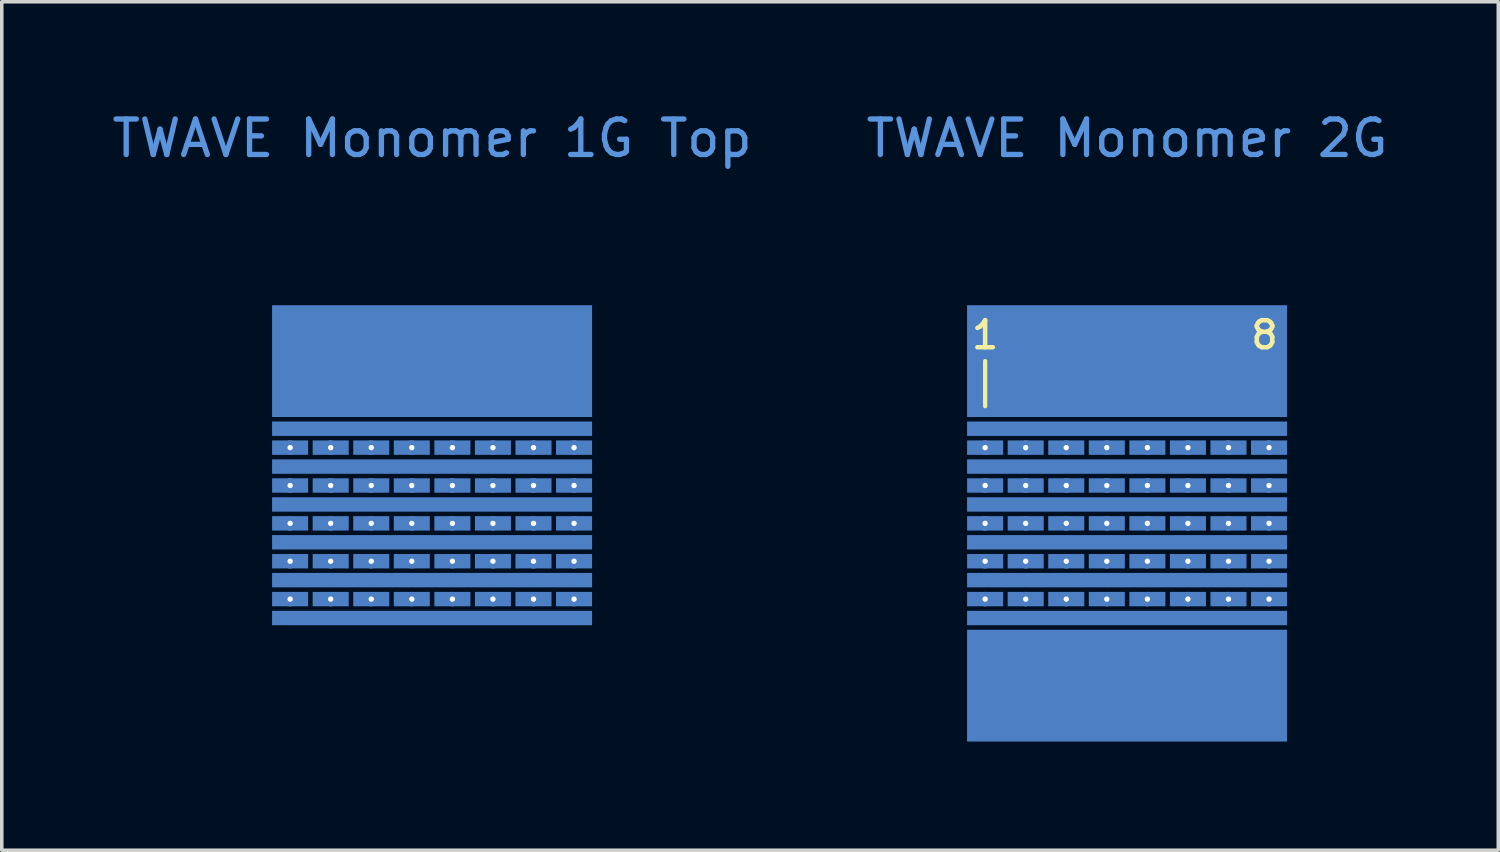
<source format=kicad_pcb>
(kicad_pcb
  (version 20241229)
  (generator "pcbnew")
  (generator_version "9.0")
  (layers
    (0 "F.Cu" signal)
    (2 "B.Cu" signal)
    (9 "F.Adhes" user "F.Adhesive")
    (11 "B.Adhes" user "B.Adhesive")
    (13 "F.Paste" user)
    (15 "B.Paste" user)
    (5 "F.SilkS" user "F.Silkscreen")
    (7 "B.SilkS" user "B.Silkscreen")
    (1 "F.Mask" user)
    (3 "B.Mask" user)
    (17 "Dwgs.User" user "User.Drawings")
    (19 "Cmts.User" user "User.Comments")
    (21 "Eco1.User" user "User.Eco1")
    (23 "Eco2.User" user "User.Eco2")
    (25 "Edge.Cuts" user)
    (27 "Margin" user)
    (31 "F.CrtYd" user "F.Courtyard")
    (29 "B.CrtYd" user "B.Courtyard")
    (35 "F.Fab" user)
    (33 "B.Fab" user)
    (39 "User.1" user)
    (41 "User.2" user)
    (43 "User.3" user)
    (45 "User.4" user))
  (footprint "TWAVE Monomer 2G"
    (layer "F.Cu")
    (at 28.708 11.697)
    (property "Reference" "TWAVE Monomer 2G" (at 0 -10.849 0) (unlocked yes) (layer "Cmts.User") (effects (font (size 1 1) (thickness 0.15))))
    (attr through_hole)
    (fp_rect (start -4.559 -6.198) (end 4.559 6.198) (stroke (width 0.025) (type solid)) (fill yes) (layer "B.Mask"))
    (fp_line (start -4 -3.302) (end -4 -4.572) (stroke (width 0.12) (type solid)) (layer "F.SilkS"))
    (fp_text user "1" (at -4 -5.309 0) (unlocked yes) (layer "F.SilkS") (effects (font (size 0.762 0.762) (thickness 0.127))))
    (fp_text user "8" (at 3.873 -5.309 0) (unlocked yes) (layer "F.SilkS") (effects (font (size 0.762 0.762) (thickness 0.127))))
    (pad "1" thru_hole circle (at -4 -2.134) (size 0.406 0.406) (drill 0.152) (layers "*.Cu" "*.Mask"))
    (pad "1" smd rect (at -4 -2.134) (size 1.016 0.406) (property pad_prop_testpoint) (layers "B.Cu"))
    (pad "1" thru_hole circle (at -4 -1.067) (size 0.406 0.406) (drill 0.152) (layers "*.Cu" "*.Mask"))
    (pad "1" smd rect (at -4 -1.067) (size 1.016 0.406) (property pad_prop_testpoint) (layers "B.Cu"))
    (pad "1" thru_hole circle (at -4 0) (size 0.406 0.406) (drill 0.152) (layers "*.Cu" "*.Mask"))
    (pad "1" smd rect (at -4 0) (size 1.016 0.406) (property pad_prop_testpoint) (layers "B.Cu"))
    (pad "1" thru_hole circle (at -4 1.067) (size 0.406 0.406) (drill 0.152) (layers "*.Cu" "*.Mask"))
    (pad "1" smd rect (at -4 1.067) (size 1.016 0.406) (property pad_prop_testpoint) (layers "B.Cu"))
    (pad "1" thru_hole circle (at -4 2.134) (size 0.406 0.406) (drill 0.152) (layers "*.Cu" "*.Mask"))
    (pad "1" smd rect (at -4 2.134) (size 1.016 0.406) (property pad_prop_testpoint) (layers "B.Cu"))
    (pad "2" thru_hole circle (at -2.857 -2.134) (size 0.406 0.406) (drill 0.152) (layers "*.Cu" "*.Mask"))
    (pad "2" smd rect (at -2.857 -2.134) (size 1.016 0.406) (property pad_prop_testpoint) (layers "B.Cu"))
    (pad "2" thru_hole circle (at -2.857 -1.067) (size 0.406 0.406) (drill 0.152) (layers "*.Cu" "*.Mask"))
    (pad "2" smd rect (at -2.857 -1.067) (size 1.016 0.406) (property pad_prop_testpoint) (layers "B.Cu"))
    (pad "2" thru_hole circle (at -2.857 0) (size 0.406 0.406) (drill 0.152) (layers "*.Cu" "*.Mask"))
    (pad "2" smd rect (at -2.857 0) (size 1.016 0.406) (property pad_prop_testpoint) (layers "B.Cu"))
    (pad "2" thru_hole circle (at -2.857 1.067) (size 0.406 0.406) (drill 0.152) (layers "*.Cu" "*.Mask"))
    (pad "2" smd rect (at -2.857 1.067) (size 1.016 0.406) (property pad_prop_testpoint) (layers "B.Cu"))
    (pad "2" thru_hole circle (at -2.857 2.134) (size 0.406 0.406) (drill 0.152) (layers "*.Cu" "*.Mask"))
    (pad "2" smd rect (at -2.857 2.134) (size 1.016 0.406) (property pad_prop_testpoint) (layers "B.Cu"))
    (pad "3" thru_hole circle (at -1.714 -2.134) (size 0.406 0.406) (drill 0.152) (layers "*.Cu" "*.Mask"))
    (pad "3" smd rect (at -1.714 -2.134) (size 1.016 0.406) (property pad_prop_testpoint) (layers "B.Cu"))
    (pad "3" thru_hole circle (at -1.714 -1.067) (size 0.406 0.406) (drill 0.152) (layers "*.Cu" "*.Mask"))
    (pad "3" smd rect (at -1.714 -1.067) (size 1.016 0.406) (property pad_prop_testpoint) (layers "B.Cu"))
    (pad "3" thru_hole circle (at -1.714 0) (size 0.406 0.406) (drill 0.152) (layers "*.Cu" "*.Mask"))
    (pad "3" smd rect (at -1.714 0) (size 1.016 0.406) (property pad_prop_testpoint) (layers "B.Cu"))
    (pad "3" thru_hole circle (at -1.714 1.067) (size 0.406 0.406) (drill 0.152) (layers "*.Cu" "*.Mask"))
    (pad "3" smd rect (at -1.714 1.067) (size 1.016 0.406) (property pad_prop_testpoint) (layers "B.Cu"))
    (pad "3" thru_hole circle (at -1.714 2.134) (size 0.406 0.406) (drill 0.152) (layers "*.Cu" "*.Mask"))
    (pad "3" smd rect (at -1.714 2.134) (size 1.016 0.406) (property pad_prop_testpoint) (layers "B.Cu"))
    (pad "4" thru_hole circle (at -0.572 -2.134) (size 0.406 0.406) (drill 0.152) (layers "*.Cu" "*.Mask"))
    (pad "4" smd rect (at -0.572 -2.134) (size 1.016 0.406) (property pad_prop_testpoint) (layers "B.Cu"))
    (pad "4" thru_hole circle (at -0.572 -1.067) (size 0.406 0.406) (drill 0.152) (layers "*.Cu" "*.Mask"))
    (pad "4" smd rect (at -0.572 -1.067) (size 1.016 0.406) (property pad_prop_testpoint) (layers "B.Cu"))
    (pad "4" thru_hole circle (at -0.572 0) (size 0.406 0.406) (drill 0.152) (layers "*.Cu" "*.Mask"))
    (pad "4" smd rect (at -0.572 0) (size 1.016 0.406) (property pad_prop_testpoint) (layers "B.Cu"))
    (pad "4" thru_hole circle (at -0.572 1.067) (size 0.406 0.406) (drill 0.152) (layers "*.Cu" "*.Mask"))
    (pad "4" smd rect (at -0.572 1.067) (size 1.016 0.406) (property pad_prop_testpoint) (layers "B.Cu"))
    (pad "4" thru_hole circle (at -0.572 2.134) (size 0.406 0.406) (drill 0.152) (layers "*.Cu" "*.Mask"))
    (pad "4" smd rect (at -0.572 2.134) (size 1.016 0.406) (property pad_prop_testpoint) (layers "B.Cu"))
    (pad "5" thru_hole circle (at 0.572 -2.134) (size 0.406 0.406) (drill 0.152) (layers "*.Cu" "*.Mask"))
    (pad "5" smd rect (at 0.572 -2.134) (size 1.016 0.406) (property pad_prop_testpoint) (layers "B.Cu"))
    (pad "5" thru_hole circle (at 0.572 -1.067) (size 0.406 0.406) (drill 0.152) (layers "*.Cu" "*.Mask"))
    (pad "5" smd rect (at 0.572 -1.067) (size 1.016 0.406) (property pad_prop_testpoint) (layers "B.Cu"))
    (pad "5" thru_hole circle (at 0.572 0) (size 0.406 0.406) (drill 0.152) (layers "*.Cu" "*.Mask"))
    (pad "5" smd rect (at 0.572 0) (size 1.016 0.406) (property pad_prop_testpoint) (layers "B.Cu"))
    (pad "5" thru_hole circle (at 0.572 1.067) (size 0.406 0.406) (drill 0.152) (layers "*.Cu" "*.Mask"))
    (pad "5" smd rect (at 0.572 1.067) (size 1.016 0.406) (property pad_prop_testpoint) (layers "B.Cu"))
    (pad "5" thru_hole circle (at 0.572 2.134) (size 0.406 0.406) (drill 0.152) (layers "*.Cu" "*.Mask"))
    (pad "5" smd rect (at 0.572 2.134) (size 1.016 0.406) (property pad_prop_testpoint) (layers "B.Cu"))
    (pad "6" thru_hole circle (at 1.714 -2.134) (size 0.406 0.406) (drill 0.152) (layers "*.Cu" "*.Mask"))
    (pad "6" smd rect (at 1.714 -2.134) (size 1.016 0.406) (property pad_prop_testpoint) (layers "B.Cu"))
    (pad "6" thru_hole circle (at 1.714 -1.067) (size 0.406 0.406) (drill 0.152) (layers "*.Cu" "*.Mask"))
    (pad "6" smd rect (at 1.714 -1.067) (size 1.016 0.406) (property pad_prop_testpoint) (layers "B.Cu"))
    (pad "6" thru_hole circle (at 1.714 0) (size 0.406 0.406) (drill 0.152) (layers "*.Cu" "*.Mask"))
    (pad "6" smd rect (at 1.714 0) (size 1.016 0.406) (property pad_prop_testpoint) (layers "B.Cu"))
    (pad "6" thru_hole circle (at 1.714 1.067) (size 0.406 0.406) (drill 0.152) (layers "*.Cu" "*.Mask"))
    (pad "6" smd rect (at 1.714 1.067) (size 1.016 0.406) (property pad_prop_testpoint) (layers "B.Cu"))
    (pad "6" thru_hole circle (at 1.714 2.134) (size 0.406 0.406) (drill 0.152) (layers "*.Cu" "*.Mask"))
    (pad "6" smd rect (at 1.714 2.134) (size 1.016 0.406) (property pad_prop_testpoint) (layers "B.Cu"))
    (pad "7" thru_hole circle (at 2.857 -2.134) (size 0.406 0.406) (drill 0.152) (layers "*.Cu" "*.Mask"))
    (pad "7" smd rect (at 2.857 -2.134) (size 1.016 0.406) (property pad_prop_testpoint) (layers "B.Cu"))
    (pad "7" thru_hole circle (at 2.857 -1.067) (size 0.406 0.406) (drill 0.152) (layers "*.Cu" "*.Mask"))
    (pad "7" smd rect (at 2.857 -1.067) (size 1.016 0.406) (property pad_prop_testpoint) (layers "B.Cu"))
    (pad "7" thru_hole circle (at 2.857 0) (size 0.406 0.406) (drill 0.152) (layers "*.Cu" "*.Mask"))
    (pad "7" smd rect (at 2.857 0) (size 1.016 0.406) (property pad_prop_testpoint) (layers "B.Cu"))
    (pad "7" thru_hole circle (at 2.857 1.067) (size 0.406 0.406) (drill 0.152) (layers "*.Cu" "*.Mask"))
    (pad "7" smd rect (at 2.857 1.067) (size 1.016 0.406) (property pad_prop_testpoint) (layers "B.Cu"))
    (pad "7" thru_hole circle (at 2.857 2.134) (size 0.406 0.406) (drill 0.152) (layers "*.Cu" "*.Mask"))
    (pad "7" smd rect (at 2.857 2.134) (size 1.016 0.406) (property pad_prop_testpoint) (layers "B.Cu"))
    (pad "8" thru_hole circle (at 4 -2.134) (size 0.406 0.406) (drill 0.152) (layers "*.Cu" "*.Mask"))
    (pad "8" smd rect (at 4 -2.134) (size 1.016 0.406) (property pad_prop_testpoint) (layers "B.Cu"))
    (pad "8" thru_hole circle (at 4 -1.067) (size 0.406 0.406) (drill 0.152) (layers "*.Cu" "*.Mask"))
    (pad "8" smd rect (at 4 -1.067) (size 1.016 0.406) (property pad_prop_testpoint) (layers "B.Cu"))
    (pad "8" thru_hole circle (at 4 0) (size 0.406 0.406) (drill 0.152) (layers "*.Cu" "*.Mask"))
    (pad "8" smd rect (at 4 0) (size 1.016 0.406) (property pad_prop_testpoint) (layers "B.Cu"))
    (pad "8" thru_hole circle (at 4 1.067) (size 0.406 0.406) (drill 0.152) (layers "*.Cu" "*.Mask"))
    (pad "8" smd rect (at 4 1.067) (size 1.016 0.406) (property pad_prop_testpoint) (layers "B.Cu"))
    (pad "8" thru_hole circle (at 4 2.134) (size 0.406 0.406) (drill 0.152) (layers "*.Cu" "*.Mask"))
    (pad "8" smd rect (at 4 2.134) (size 1.016 0.406) (property pad_prop_testpoint) (layers "B.Cu"))
    (pad "G" smd rect (at 0 -4.572) (size 9.017 3.15) (property pad_prop_testpoint) (layers "B.Cu"))
    (pad "G" smd rect (at 0 4.572) (size 9.017 3.15) (property pad_prop_testpoint) (layers "B.Cu"))
    (pad "RFA" smd rect (at 0 -1.6) (size 9.017 0.406) (property pad_prop_testpoint) (layers "B.Cu"))
    (pad "RFA" smd rect (at 0 0.533) (size 9.017 0.406) (property pad_prop_testpoint) (layers "B.Cu"))
    (pad "RFA" smd rect (at 0 2.667) (size 9.017 0.406) (property pad_prop_testpoint) (layers "B.Cu"))
    (pad "RFB" smd rect (at 0 -2.667) (size 9.017 0.406) (property pad_prop_testpoint) (layers "B.Cu"))
    (pad "RFB" smd rect (at 0 -0.533) (size 9.017 0.406) (property pad_prop_testpoint) (layers "B.Cu"))
    (pad "RFB" smd rect (at 0 1.6) (size 9.017 0.406) (property pad_prop_testpoint) (layers "B.Cu")))
  (footprint "TWAVE Monomer 1G Top"
    (layer "F.Cu")
    (at 9.125 11.697)
    (property "Reference" "TWAVE Monomer 1G Top" (at 0 -10.849 0) (unlocked yes) (layer "Cmts.User") (effects (font (size 1 1) (thickness 0.15))))
    (attr through_hole)
    (fp_rect (start -4.559 -6.198) (end 4.559 6.198) (stroke (width 0.025) (type solid)) (fill yes) (layer "B.Mask"))
    (fp_line (start -4 -3.429) (end -4 -4.699) (stroke (width 0.12) (type solid)) (layer "User.1"))
    (fp_text user "8" (at 3.873 -5.436 0) (unlocked yes) (layer "User.1") (effects (font (size 0.762 0.762) (thickness 0.127))))
    (fp_text user "1" (at -4 -5.436 0) (unlocked yes) (layer "User.1") (effects (font (size 0.762 0.762) (thickness 0.127))))
    (pad "1" thru_hole circle (at -4 -2.134) (size 0.406 0.406) (drill 0.152) (layers "*.Cu" "*.Mask"))
    (pad "1" smd rect (at -4 -2.134) (size 1.016 0.406) (property pad_prop_testpoint) (layers "B.Cu"))
    (pad "1" thru_hole circle (at -4 -1.067) (size 0.406 0.406) (drill 0.152) (layers "*.Cu" "*.Mask"))
    (pad "1" smd rect (at -4 -1.067) (size 1.016 0.406) (property pad_prop_testpoint) (layers "B.Cu"))
    (pad "1" thru_hole circle (at -4 0) (size 0.406 0.406) (drill 0.152) (layers "*.Cu" "*.Mask"))
    (pad "1" smd rect (at -4 0) (size 1.016 0.406) (property pad_prop_testpoint) (layers "B.Cu"))
    (pad "1" thru_hole circle (at -4 1.067) (size 0.406 0.406) (drill 0.152) (layers "*.Cu" "*.Mask"))
    (pad "1" smd rect (at -4 1.067) (size 1.016 0.406) (property pad_prop_testpoint) (layers "B.Cu"))
    (pad "1" thru_hole circle (at -4 2.134) (size 0.406 0.406) (drill 0.152) (layers "*.Cu" "*.Mask"))
    (pad "1" smd rect (at -4 2.134) (size 1.016 0.406) (property pad_prop_testpoint) (layers "B.Cu"))
    (pad "2" thru_hole circle (at -2.857 -2.134) (size 0.406 0.406) (drill 0.152) (layers "*.Cu" "*.Mask"))
    (pad "2" smd rect (at -2.857 -2.134) (size 1.016 0.406) (property pad_prop_testpoint) (layers "B.Cu"))
    (pad "2" thru_hole circle (at -2.857 -1.067) (size 0.406 0.406) (drill 0.152) (layers "*.Cu" "*.Mask"))
    (pad "2" smd rect (at -2.857 -1.067) (size 1.016 0.406) (property pad_prop_testpoint) (layers "B.Cu"))
    (pad "2" thru_hole circle (at -2.857 0) (size 0.406 0.406) (drill 0.152) (layers "*.Cu" "*.Mask"))
    (pad "2" smd rect (at -2.857 0) (size 1.016 0.406) (property pad_prop_testpoint) (layers "B.Cu"))
    (pad "2" thru_hole circle (at -2.857 1.067) (size 0.406 0.406) (drill 0.152) (layers "*.Cu" "*.Mask"))
    (pad "2" smd rect (at -2.857 1.067) (size 1.016 0.406) (property pad_prop_testpoint) (layers "B.Cu"))
    (pad "2" thru_hole circle (at -2.857 2.134) (size 0.406 0.406) (drill 0.152) (layers "*.Cu" "*.Mask"))
    (pad "2" smd rect (at -2.857 2.134) (size 1.016 0.406) (property pad_prop_testpoint) (layers "B.Cu"))
    (pad "3" thru_hole circle (at -1.714 -2.134) (size 0.406 0.406) (drill 0.152) (layers "*.Cu" "*.Mask"))
    (pad "3" smd rect (at -1.714 -2.134) (size 1.016 0.406) (property pad_prop_testpoint) (layers "B.Cu"))
    (pad "3" thru_hole circle (at -1.714 -1.067) (size 0.406 0.406) (drill 0.152) (layers "*.Cu" "*.Mask"))
    (pad "3" smd rect (at -1.714 -1.067) (size 1.016 0.406) (property pad_prop_testpoint) (layers "B.Cu"))
    (pad "3" thru_hole circle (at -1.714 0) (size 0.406 0.406) (drill 0.152) (layers "*.Cu" "*.Mask"))
    (pad "3" smd rect (at -1.714 0) (size 1.016 0.406) (property pad_prop_testpoint) (layers "B.Cu"))
    (pad "3" thru_hole circle (at -1.714 1.067) (size 0.406 0.406) (drill 0.152) (layers "*.Cu" "*.Mask"))
    (pad "3" smd rect (at -1.714 1.067) (size 1.016 0.406) (property pad_prop_testpoint) (layers "B.Cu"))
    (pad "3" thru_hole circle (at -1.714 2.134) (size 0.406 0.406) (drill 0.152) (layers "*.Cu" "*.Mask"))
    (pad "3" smd rect (at -1.714 2.134) (size 1.016 0.406) (property pad_prop_testpoint) (layers "B.Cu"))
    (pad "4" thru_hole circle (at -0.572 -2.134) (size 0.406 0.406) (drill 0.152) (layers "*.Cu" "*.Mask"))
    (pad "4" smd rect (at -0.572 -2.134) (size 1.016 0.406) (property pad_prop_testpoint) (layers "B.Cu"))
    (pad "4" thru_hole circle (at -0.572 -1.067) (size 0.406 0.406) (drill 0.152) (layers "*.Cu" "*.Mask"))
    (pad "4" smd rect (at -0.572 -1.067) (size 1.016 0.406) (property pad_prop_testpoint) (layers "B.Cu"))
    (pad "4" thru_hole circle (at -0.572 0) (size 0.406 0.406) (drill 0.152) (layers "*.Cu" "*.Mask"))
    (pad "4" smd rect (at -0.572 0) (size 1.016 0.406) (property pad_prop_testpoint) (layers "B.Cu"))
    (pad "4" thru_hole circle (at -0.572 1.067) (size 0.406 0.406) (drill 0.152) (layers "*.Cu" "*.Mask"))
    (pad "4" smd rect (at -0.572 1.067) (size 1.016 0.406) (property pad_prop_testpoint) (layers "B.Cu"))
    (pad "4" thru_hole circle (at -0.572 2.134) (size 0.406 0.406) (drill 0.152) (layers "*.Cu" "*.Mask"))
    (pad "4" smd rect (at -0.572 2.134) (size 1.016 0.406) (property pad_prop_testpoint) (layers "B.Cu"))
    (pad "5" thru_hole circle (at 0.572 -2.134) (size 0.406 0.406) (drill 0.152) (layers "*.Cu" "*.Mask"))
    (pad "5" smd rect (at 0.572 -2.134) (size 1.016 0.406) (property pad_prop_testpoint) (layers "B.Cu"))
    (pad "5" thru_hole circle (at 0.572 -1.067) (size 0.406 0.406) (drill 0.152) (layers "*.Cu" "*.Mask"))
    (pad "5" smd rect (at 0.572 -1.067) (size 1.016 0.406) (property pad_prop_testpoint) (layers "B.Cu"))
    (pad "5" thru_hole circle (at 0.572 0) (size 0.406 0.406) (drill 0.152) (layers "*.Cu" "*.Mask"))
    (pad "5" smd rect (at 0.572 0) (size 1.016 0.406) (property pad_prop_testpoint) (layers "B.Cu"))
    (pad "5" thru_hole circle (at 0.572 1.067) (size 0.406 0.406) (drill 0.152) (layers "*.Cu" "*.Mask"))
    (pad "5" smd rect (at 0.572 1.067) (size 1.016 0.406) (property pad_prop_testpoint) (layers "B.Cu"))
    (pad "5" thru_hole circle (at 0.572 2.134) (size 0.406 0.406) (drill 0.152) (layers "*.Cu" "*.Mask"))
    (pad "5" smd rect (at 0.572 2.134) (size 1.016 0.406) (property pad_prop_testpoint) (layers "B.Cu"))
    (pad "6" thru_hole circle (at 1.714 -2.134) (size 0.406 0.406) (drill 0.152) (layers "*.Cu" "*.Mask"))
    (pad "6" smd rect (at 1.714 -2.134) (size 1.016 0.406) (property pad_prop_testpoint) (layers "B.Cu"))
    (pad "6" thru_hole circle (at 1.714 -1.067) (size 0.406 0.406) (drill 0.152) (layers "*.Cu" "*.Mask"))
    (pad "6" smd rect (at 1.714 -1.067) (size 1.016 0.406) (property pad_prop_testpoint) (layers "B.Cu"))
    (pad "6" thru_hole circle (at 1.714 0) (size 0.406 0.406) (drill 0.152) (layers "*.Cu" "*.Mask"))
    (pad "6" smd rect (at 1.714 0) (size 1.016 0.406) (property pad_prop_testpoint) (layers "B.Cu"))
    (pad "6" thru_hole circle (at 1.714 1.067) (size 0.406 0.406) (drill 0.152) (layers "*.Cu" "*.Mask"))
    (pad "6" smd rect (at 1.714 1.067) (size 1.016 0.406) (property pad_prop_testpoint) (layers "B.Cu"))
    (pad "6" thru_hole circle (at 1.714 2.134) (size 0.406 0.406) (drill 0.152) (layers "*.Cu" "*.Mask"))
    (pad "6" smd rect (at 1.714 2.134) (size 1.016 0.406) (property pad_prop_testpoint) (layers "B.Cu"))
    (pad "7" thru_hole circle (at 2.857 -2.134) (size 0.406 0.406) (drill 0.152) (layers "*.Cu" "*.Mask"))
    (pad "7" smd rect (at 2.857 -2.134) (size 1.016 0.406) (property pad_prop_testpoint) (layers "B.Cu"))
    (pad "7" thru_hole circle (at 2.857 -1.067) (size 0.406 0.406) (drill 0.152) (layers "*.Cu" "*.Mask"))
    (pad "7" smd rect (at 2.857 -1.067) (size 1.016 0.406) (property pad_prop_testpoint) (layers "B.Cu"))
    (pad "7" thru_hole circle (at 2.857 0) (size 0.406 0.406) (drill 0.152) (layers "*.Cu" "*.Mask"))
    (pad "7" smd rect (at 2.857 0) (size 1.016 0.406) (property pad_prop_testpoint) (layers "B.Cu"))
    (pad "7" thru_hole circle (at 2.857 1.067) (size 0.406 0.406) (drill 0.152) (layers "*.Cu" "*.Mask"))
    (pad "7" smd rect (at 2.857 1.067) (size 1.016 0.406) (property pad_prop_testpoint) (layers "B.Cu"))
    (pad "7" thru_hole circle (at 2.857 2.134) (size 0.406 0.406) (drill 0.152) (layers "*.Cu" "*.Mask"))
    (pad "7" smd rect (at 2.857 2.134) (size 1.016 0.406) (property pad_prop_testpoint) (layers "B.Cu"))
    (pad "8" thru_hole circle (at 4 -2.134) (size 0.406 0.406) (drill 0.152) (layers "*.Cu" "*.Mask"))
    (pad "8" smd rect (at 4 -2.134) (size 1.016 0.406) (property pad_prop_testpoint) (layers "B.Cu"))
    (pad "8" thru_hole circle (at 4 -1.067) (size 0.406 0.406) (drill 0.152) (layers "*.Cu" "*.Mask"))
    (pad "8" smd rect (at 4 -1.067) (size 1.016 0.406) (property pad_prop_testpoint) (layers "B.Cu"))
    (pad "8" thru_hole circle (at 4 0) (size 0.406 0.406) (drill 0.152) (layers "*.Cu" "*.Mask"))
    (pad "8" smd rect (at 4 0) (size 1.016 0.406) (property pad_prop_testpoint) (layers "B.Cu"))
    (pad "8" thru_hole circle (at 4 1.067) (size 0.406 0.406) (drill 0.152) (layers "*.Cu" "*.Mask"))
    (pad "8" smd rect (at 4 1.067) (size 1.016 0.406) (property pad_prop_testpoint) (layers "B.Cu"))
    (pad "8" thru_hole circle (at 4 2.134) (size 0.406 0.406) (drill 0.152) (layers "*.Cu" "*.Mask"))
    (pad "8" smd rect (at 4 2.134) (size 1.016 0.406) (property pad_prop_testpoint) (layers "B.Cu"))
    (pad "G" smd rect (at 0 -4.572) (size 9.017 3.15) (property pad_prop_testpoint) (layers "B.Cu"))
    (pad "RFA" smd rect (at 0 -1.6) (size 9.017 0.406) (property pad_prop_testpoint) (layers "B.Cu"))
    (pad "RFA" smd rect (at 0 0.533) (size 9.017 0.406) (property pad_prop_testpoint) (layers "B.Cu"))
    (pad "RFA" smd rect (at 0 2.667) (size 9.017 0.406) (property pad_prop_testpoint) (layers "B.Cu"))
    (pad "RFB" smd rect (at 0 -2.667) (size 9.017 0.406) (property pad_prop_testpoint) (layers "B.Cu"))
    (pad "RFB" smd rect (at 0 -0.533) (size 9.017 0.406) (property pad_prop_testpoint) (layers "B.Cu"))
    (pad "RFB" smd rect (at 0 1.6) (size 9.017 0.406) (property pad_prop_testpoint) (layers "B.Cu")))
  (gr_rect
    (start -3 -3)
    (end 39.167 20.907)
    (stroke (width 0.1) (type default))
    (fill no)
    (layer "Edge.Cuts")))
</source>
